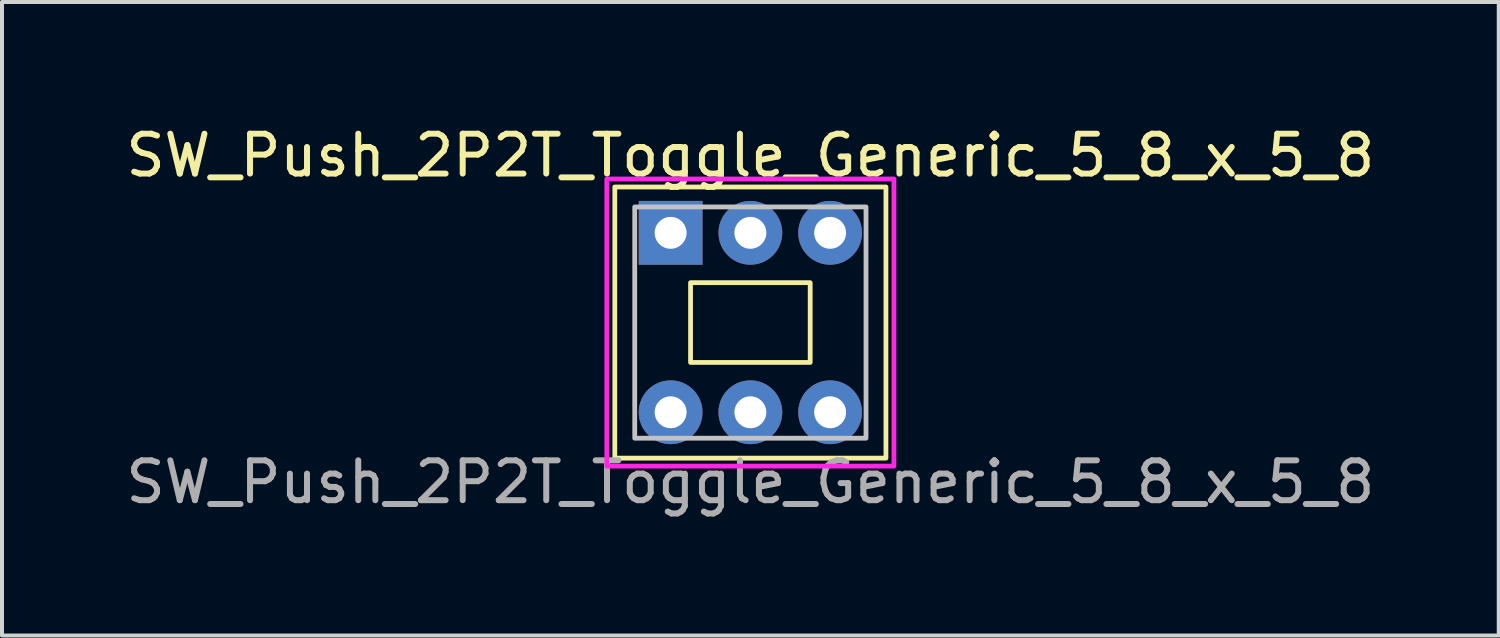
<source format=kicad_pcb>
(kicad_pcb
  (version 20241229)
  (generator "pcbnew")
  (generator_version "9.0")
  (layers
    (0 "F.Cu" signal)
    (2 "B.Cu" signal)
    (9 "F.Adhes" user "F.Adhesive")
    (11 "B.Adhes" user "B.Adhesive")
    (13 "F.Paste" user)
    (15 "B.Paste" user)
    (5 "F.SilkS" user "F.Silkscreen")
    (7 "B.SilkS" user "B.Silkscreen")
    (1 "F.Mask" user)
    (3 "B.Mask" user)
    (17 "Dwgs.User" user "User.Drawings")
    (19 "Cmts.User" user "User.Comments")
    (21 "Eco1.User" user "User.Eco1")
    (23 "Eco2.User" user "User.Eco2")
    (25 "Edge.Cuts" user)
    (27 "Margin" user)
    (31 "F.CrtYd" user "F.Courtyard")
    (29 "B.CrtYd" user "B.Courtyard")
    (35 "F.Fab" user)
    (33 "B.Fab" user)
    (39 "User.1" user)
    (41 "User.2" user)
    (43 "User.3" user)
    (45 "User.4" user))
  (footprint "SW_Push_2P2T_Toggle_Generic_5_8_x_5_8"
    (layer "F.Cu")
    (at 15.768 5.039)
    (property "Reference" "SW_Push_2P2T_Toggle_Generic_5_8_x_5_8" (at 0 -4.191 0) (layer "F.SilkS") (effects (font (size 1 1) (thickness 0.15))))
    (attr through_hole)
    (fp_rect (start -3.4 -3.4) (end 3.4 3.4) (stroke (width 0.12) (type solid)) (fill no) (layer "F.SilkS"))
    (fp_rect (start -1.5 -1) (end 1.5 1) (stroke (width 0.12) (type solid)) (fill no) (layer "F.SilkS"))
    (fp_rect (start -2.9 -2.9) (end 2.9 2.9) (stroke (width 0.12) (type solid)) (fill no) (layer "Dwgs.User"))
    (fp_rect (start -3.6 -3.6) (end 3.6 3.6) (stroke (width 0.12) (type solid)) (fill no) (layer "F.CrtYd"))
    (fp_text user "${REFERENCE}" (at 0 4 0) (layer "F.Fab") (effects (font (size 1 1) (thickness 0.15))))
    (pad "1" thru_hole rect (at -2 -2.25) (size 1.6 1.6) (drill 0.8) (layers "*.Cu" "*.Mask"))
    (pad "2" thru_hole circle (at 0 -2.25) (size 1.6 1.6) (drill 0.8) (layers "*.Cu" "*.Mask"))
    (pad "3" thru_hole circle (at 2 -2.25) (size 1.6 1.6) (drill 0.8) (layers "*.Cu" "*.Mask"))
    (pad "4" thru_hole circle (at -2 2.25) (size 1.6 1.6) (drill 0.8) (layers "*.Cu" "*.Mask"))
    (pad "5" thru_hole circle (at 0 2.25) (size 1.6 1.6) (drill 0.8) (layers "*.Cu" "*.Mask"))
    (pad "6" thru_hole circle (at 2 2.25) (size 1.6 1.6) (drill 0.8) (layers "*.Cu" "*.Mask")))
  (gr_rect
    (start -3 -3)
    (end 34.536 12.887)
    (stroke (width 0.1) (type default))
    (fill no)
    (layer "Edge.Cuts")))
</source>
